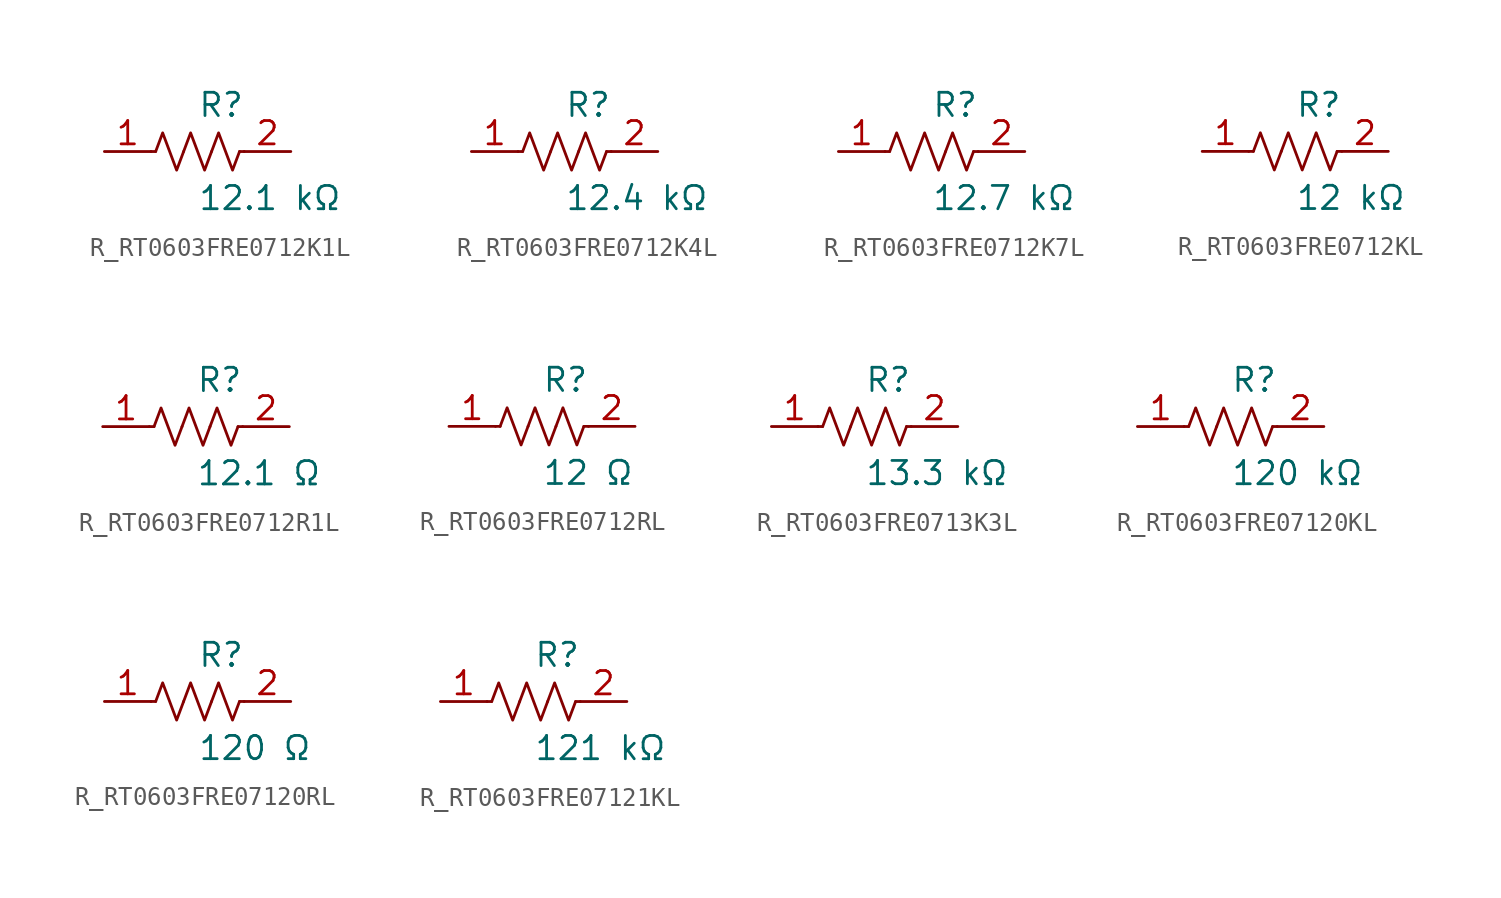
<source format=kicad_sym>
(kicad_symbol_lib
  (version 20231120)
  (generator kicad_symbol_editor)
  (generator_version 8.0)
  (symbol "R_RT0603FRE0712K1L"
    (pin_names
      (offset 0.254))
    (property "Reference" "R"
      (at 0.0 2.54 0)
      (effects (font (size 1.27 1.27)) (justify left)))
    (property "Value" "12.1 kΩ"
      (at 0.0 -2.54 0)
      (effects (font (size 1.27 1.27)) (justify left)))
    (symbol "R_RT0603FRE0712K1L_0_1"
      (polyline (pts (xy 2.286 0) (xy 2.54 0)) (stroke (width 0) (type default)) (fill (type none)))
      (polyline (pts (xy -2.286 0) (xy -2.54 0)) (stroke (width 0) (type default)) (fill (type none)))
      (polyline (pts (xy 0.762 0) (xy 1.143 1.016) (xy 1.524 0) (xy 1.905 -1.016) (xy 2.286 0)) (stroke (width 0) (type default)) (fill (type none)))
      (polyline (pts (xy -0.762 0) (xy -0.381 1.016) (xy 0 0) (xy 0.381 -1.016) (xy 0.762 0)) (stroke (width 0) (type default)) (fill (type none)))
      (polyline (pts (xy -2.286 0) (xy -1.905 1.016) (xy -1.524 0) (xy -1.143 -1.016) (xy -0.762 0)) (stroke (width 0) (type default)) (fill (type none))))
    (pin unspecified line
      (at -5.08 0 0)
      (length 2.54)
      (name "" (effects (font (size 1.27 1.27))))
      (number "1" (effects (font (size 1.27 1.27)))))
    (pin unspecified line
      (at 5.08 0 180)
      (length 2.54)
      (name "" (effects (font (size 1.27 1.27))))
      (number "2" (effects (font (size 1.27 1.27))))))
  (symbol "R_RT0603FRE0712K4L"
    (pin_names
      (offset 0.254))
    (property "Reference" "R"
      (at 0.0 2.54 0)
      (effects (font (size 1.27 1.27)) (justify left)))
    (property "Value" "12.4 kΩ"
      (at 0.0 -2.54 0)
      (effects (font (size 1.27 1.27)) (justify left)))
    (symbol "R_RT0603FRE0712K4L_0_1"
      (polyline (pts (xy 2.286 0) (xy 2.54 0)) (stroke (width 0) (type default)) (fill (type none)))
      (polyline (pts (xy -2.286 0) (xy -2.54 0)) (stroke (width 0) (type default)) (fill (type none)))
      (polyline (pts (xy 0.762 0) (xy 1.143 1.016) (xy 1.524 0) (xy 1.905 -1.016) (xy 2.286 0)) (stroke (width 0) (type default)) (fill (type none)))
      (polyline (pts (xy -0.762 0) (xy -0.381 1.016) (xy 0 0) (xy 0.381 -1.016) (xy 0.762 0)) (stroke (width 0) (type default)) (fill (type none)))
      (polyline (pts (xy -2.286 0) (xy -1.905 1.016) (xy -1.524 0) (xy -1.143 -1.016) (xy -0.762 0)) (stroke (width 0) (type default)) (fill (type none))))
    (pin unspecified line
      (at -5.08 0 0)
      (length 2.54)
      (name "" (effects (font (size 1.27 1.27))))
      (number "1" (effects (font (size 1.27 1.27)))))
    (pin unspecified line
      (at 5.08 0 180)
      (length 2.54)
      (name "" (effects (font (size 1.27 1.27))))
      (number "2" (effects (font (size 1.27 1.27))))))
  (symbol "R_RT0603FRE0712K7L"
    (pin_names
      (offset 0.254))
    (property "Reference" "R"
      (at 0.0 2.54 0)
      (effects (font (size 1.27 1.27)) (justify left)))
    (property "Value" "12.7 kΩ"
      (at 0.0 -2.54 0)
      (effects (font (size 1.27 1.27)) (justify left)))
    (symbol "R_RT0603FRE0712K7L_0_1"
      (polyline (pts (xy 2.286 0) (xy 2.54 0)) (stroke (width 0) (type default)) (fill (type none)))
      (polyline (pts (xy -2.286 0) (xy -2.54 0)) (stroke (width 0) (type default)) (fill (type none)))
      (polyline (pts (xy 0.762 0) (xy 1.143 1.016) (xy 1.524 0) (xy 1.905 -1.016) (xy 2.286 0)) (stroke (width 0) (type default)) (fill (type none)))
      (polyline (pts (xy -0.762 0) (xy -0.381 1.016) (xy 0 0) (xy 0.381 -1.016) (xy 0.762 0)) (stroke (width 0) (type default)) (fill (type none)))
      (polyline (pts (xy -2.286 0) (xy -1.905 1.016) (xy -1.524 0) (xy -1.143 -1.016) (xy -0.762 0)) (stroke (width 0) (type default)) (fill (type none))))
    (pin unspecified line
      (at -5.08 0 0)
      (length 2.54)
      (name "" (effects (font (size 1.27 1.27))))
      (number "1" (effects (font (size 1.27 1.27)))))
    (pin unspecified line
      (at 5.08 0 180)
      (length 2.54)
      (name "" (effects (font (size 1.27 1.27))))
      (number "2" (effects (font (size 1.27 1.27))))))
  (symbol "R_RT0603FRE0712KL"
    (pin_names
      (offset 0.254))
    (property "Reference" "R"
      (at 0.0 2.54 0)
      (effects (font (size 1.27 1.27)) (justify left)))
    (property "Value" "12 kΩ"
      (at 0.0 -2.54 0)
      (effects (font (size 1.27 1.27)) (justify left)))
    (symbol "R_RT0603FRE0712KL_0_1"
      (polyline (pts (xy 2.286 0) (xy 2.54 0)) (stroke (width 0) (type default)) (fill (type none)))
      (polyline (pts (xy -2.286 0) (xy -2.54 0)) (stroke (width 0) (type default)) (fill (type none)))
      (polyline (pts (xy 0.762 0) (xy 1.143 1.016) (xy 1.524 0) (xy 1.905 -1.016) (xy 2.286 0)) (stroke (width 0) (type default)) (fill (type none)))
      (polyline (pts (xy -0.762 0) (xy -0.381 1.016) (xy 0 0) (xy 0.381 -1.016) (xy 0.762 0)) (stroke (width 0) (type default)) (fill (type none)))
      (polyline (pts (xy -2.286 0) (xy -1.905 1.016) (xy -1.524 0) (xy -1.143 -1.016) (xy -0.762 0)) (stroke (width 0) (type default)) (fill (type none))))
    (pin unspecified line
      (at -5.08 0 0)
      (length 2.54)
      (name "" (effects (font (size 1.27 1.27))))
      (number "1" (effects (font (size 1.27 1.27)))))
    (pin unspecified line
      (at 5.08 0 180)
      (length 2.54)
      (name "" (effects (font (size 1.27 1.27))))
      (number "2" (effects (font (size 1.27 1.27))))))
  (symbol "R_RT0603FRE0712R1L"
    (pin_names
      (offset 0.254))
    (property "Reference" "R"
      (at 0.0 2.54 0)
      (effects (font (size 1.27 1.27)) (justify left)))
    (property "Value" "12.1 Ω"
      (at 0.0 -2.54 0)
      (effects (font (size 1.27 1.27)) (justify left)))
    (symbol "R_RT0603FRE0712R1L_0_1"
      (polyline (pts (xy 2.286 0) (xy 2.54 0)) (stroke (width 0) (type default)) (fill (type none)))
      (polyline (pts (xy -2.286 0) (xy -2.54 0)) (stroke (width 0) (type default)) (fill (type none)))
      (polyline (pts (xy 0.762 0) (xy 1.143 1.016) (xy 1.524 0) (xy 1.905 -1.016) (xy 2.286 0)) (stroke (width 0) (type default)) (fill (type none)))
      (polyline (pts (xy -0.762 0) (xy -0.381 1.016) (xy 0 0) (xy 0.381 -1.016) (xy 0.762 0)) (stroke (width 0) (type default)) (fill (type none)))
      (polyline (pts (xy -2.286 0) (xy -1.905 1.016) (xy -1.524 0) (xy -1.143 -1.016) (xy -0.762 0)) (stroke (width 0) (type default)) (fill (type none))))
    (pin unspecified line
      (at -5.08 0 0)
      (length 2.54)
      (name "" (effects (font (size 1.27 1.27))))
      (number "1" (effects (font (size 1.27 1.27)))))
    (pin unspecified line
      (at 5.08 0 180)
      (length 2.54)
      (name "" (effects (font (size 1.27 1.27))))
      (number "2" (effects (font (size 1.27 1.27))))))
  (symbol "R_RT0603FRE0712RL"
    (pin_names
      (offset 0.254))
    (property "Reference" "R"
      (at 0.0 2.54 0)
      (effects (font (size 1.27 1.27)) (justify left)))
    (property "Value" "12 Ω"
      (at 0.0 -2.54 0)
      (effects (font (size 1.27 1.27)) (justify left)))
    (symbol "R_RT0603FRE0712RL_0_1"
      (polyline (pts (xy 2.286 0) (xy 2.54 0)) (stroke (width 0) (type default)) (fill (type none)))
      (polyline (pts (xy -2.286 0) (xy -2.54 0)) (stroke (width 0) (type default)) (fill (type none)))
      (polyline (pts (xy 0.762 0) (xy 1.143 1.016) (xy 1.524 0) (xy 1.905 -1.016) (xy 2.286 0)) (stroke (width 0) (type default)) (fill (type none)))
      (polyline (pts (xy -0.762 0) (xy -0.381 1.016) (xy 0 0) (xy 0.381 -1.016) (xy 0.762 0)) (stroke (width 0) (type default)) (fill (type none)))
      (polyline (pts (xy -2.286 0) (xy -1.905 1.016) (xy -1.524 0) (xy -1.143 -1.016) (xy -0.762 0)) (stroke (width 0) (type default)) (fill (type none))))
    (pin unspecified line
      (at -5.08 0 0)
      (length 2.54)
      (name "" (effects (font (size 1.27 1.27))))
      (number "1" (effects (font (size 1.27 1.27)))))
    (pin unspecified line
      (at 5.08 0 180)
      (length 2.54)
      (name "" (effects (font (size 1.27 1.27))))
      (number "2" (effects (font (size 1.27 1.27))))))
  (symbol "R_RT0603FRE0713K3L"
    (pin_names
      (offset 0.254))
    (property "Reference" "R"
      (at 0.0 2.54 0)
      (effects (font (size 1.27 1.27)) (justify left)))
    (property "Value" "13.3 kΩ"
      (at 0.0 -2.54 0)
      (effects (font (size 1.27 1.27)) (justify left)))
    (symbol "R_RT0603FRE0713K3L_0_1"
      (polyline (pts (xy 2.286 0) (xy 2.54 0)) (stroke (width 0) (type default)) (fill (type none)))
      (polyline (pts (xy -2.286 0) (xy -2.54 0)) (stroke (width 0) (type default)) (fill (type none)))
      (polyline (pts (xy 0.762 0) (xy 1.143 1.016) (xy 1.524 0) (xy 1.905 -1.016) (xy 2.286 0)) (stroke (width 0) (type default)) (fill (type none)))
      (polyline (pts (xy -0.762 0) (xy -0.381 1.016) (xy 0 0) (xy 0.381 -1.016) (xy 0.762 0)) (stroke (width 0) (type default)) (fill (type none)))
      (polyline (pts (xy -2.286 0) (xy -1.905 1.016) (xy -1.524 0) (xy -1.143 -1.016) (xy -0.762 0)) (stroke (width 0) (type default)) (fill (type none))))
    (pin unspecified line
      (at -5.08 0 0)
      (length 2.54)
      (name "" (effects (font (size 1.27 1.27))))
      (number "1" (effects (font (size 1.27 1.27)))))
    (pin unspecified line
      (at 5.08 0 180)
      (length 2.54)
      (name "" (effects (font (size 1.27 1.27))))
      (number "2" (effects (font (size 1.27 1.27))))))
  (symbol "R_RT0603FRE07120KL"
    (pin_names
      (offset 0.254))
    (property "Reference" "R"
      (at 0.0 2.54 0)
      (effects (font (size 1.27 1.27)) (justify left)))
    (property "Value" "120 kΩ"
      (at 0.0 -2.54 0)
      (effects (font (size 1.27 1.27)) (justify left)))
    (symbol "R_RT0603FRE07120KL_0_1"
      (polyline (pts (xy 2.286 0) (xy 2.54 0)) (stroke (width 0) (type default)) (fill (type none)))
      (polyline (pts (xy -2.286 0) (xy -2.54 0)) (stroke (width 0) (type default)) (fill (type none)))
      (polyline (pts (xy 0.762 0) (xy 1.143 1.016) (xy 1.524 0) (xy 1.905 -1.016) (xy 2.286 0)) (stroke (width 0) (type default)) (fill (type none)))
      (polyline (pts (xy -0.762 0) (xy -0.381 1.016) (xy 0 0) (xy 0.381 -1.016) (xy 0.762 0)) (stroke (width 0) (type default)) (fill (type none)))
      (polyline (pts (xy -2.286 0) (xy -1.905 1.016) (xy -1.524 0) (xy -1.143 -1.016) (xy -0.762 0)) (stroke (width 0) (type default)) (fill (type none))))
    (pin unspecified line
      (at -5.08 0 0)
      (length 2.54)
      (name "" (effects (font (size 1.27 1.27))))
      (number "1" (effects (font (size 1.27 1.27)))))
    (pin unspecified line
      (at 5.08 0 180)
      (length 2.54)
      (name "" (effects (font (size 1.27 1.27))))
      (number "2" (effects (font (size 1.27 1.27))))))
  (symbol "R_RT0603FRE07120RL"
    (pin_names
      (offset 0.254))
    (property "Reference" "R"
      (at 0.0 2.54 0)
      (effects (font (size 1.27 1.27)) (justify left)))
    (property "Value" "120 Ω"
      (at 0.0 -2.54 0)
      (effects (font (size 1.27 1.27)) (justify left)))
    (symbol "R_RT0603FRE07120RL_0_1"
      (polyline (pts (xy 2.286 0) (xy 2.54 0)) (stroke (width 0) (type default)) (fill (type none)))
      (polyline (pts (xy -2.286 0) (xy -2.54 0)) (stroke (width 0) (type default)) (fill (type none)))
      (polyline (pts (xy 0.762 0) (xy 1.143 1.016) (xy 1.524 0) (xy 1.905 -1.016) (xy 2.286 0)) (stroke (width 0) (type default)) (fill (type none)))
      (polyline (pts (xy -0.762 0) (xy -0.381 1.016) (xy 0 0) (xy 0.381 -1.016) (xy 0.762 0)) (stroke (width 0) (type default)) (fill (type none)))
      (polyline (pts (xy -2.286 0) (xy -1.905 1.016) (xy -1.524 0) (xy -1.143 -1.016) (xy -0.762 0)) (stroke (width 0) (type default)) (fill (type none))))
    (pin unspecified line
      (at -5.08 0 0)
      (length 2.54)
      (name "" (effects (font (size 1.27 1.27))))
      (number "1" (effects (font (size 1.27 1.27)))))
    (pin unspecified line
      (at 5.08 0 180)
      (length 2.54)
      (name "" (effects (font (size 1.27 1.27))))
      (number "2" (effects (font (size 1.27 1.27))))))
  (symbol "R_RT0603FRE07121KL"
    (pin_names
      (offset 0.254))
    (property "Reference" "R"
      (at 0.0 2.54 0)
      (effects (font (size 1.27 1.27)) (justify left)))
    (property "Value" "121 kΩ"
      (at 0.0 -2.54 0)
      (effects (font (size 1.27 1.27)) (justify left)))
    (symbol "R_RT0603FRE07121KL_0_1"
      (polyline (pts (xy 2.286 0) (xy 2.54 0)) (stroke (width 0) (type default)) (fill (type none)))
      (polyline (pts (xy -2.286 0) (xy -2.54 0)) (stroke (width 0) (type default)) (fill (type none)))
      (polyline (pts (xy 0.762 0) (xy 1.143 1.016) (xy 1.524 0) (xy 1.905 -1.016) (xy 2.286 0)) (stroke (width 0) (type default)) (fill (type none)))
      (polyline (pts (xy -0.762 0) (xy -0.381 1.016) (xy 0 0) (xy 0.381 -1.016) (xy 0.762 0)) (stroke (width 0) (type default)) (fill (type none)))
      (polyline (pts (xy -2.286 0) (xy -1.905 1.016) (xy -1.524 0) (xy -1.143 -1.016) (xy -0.762 0)) (stroke (width 0) (type default)) (fill (type none))))
    (pin unspecified line
      (at -5.08 0 0)
      (length 2.54)
      (name "" (effects (font (size 1.27 1.27))))
      (number "1" (effects (font (size 1.27 1.27)))))
    (pin unspecified line
      (at 5.08 0 180)
      (length 2.54)
      (name "" (effects (font (size 1.27 1.27))))
      (number "2" (effects (font (size 1.27 1.27)))))))
</source>
